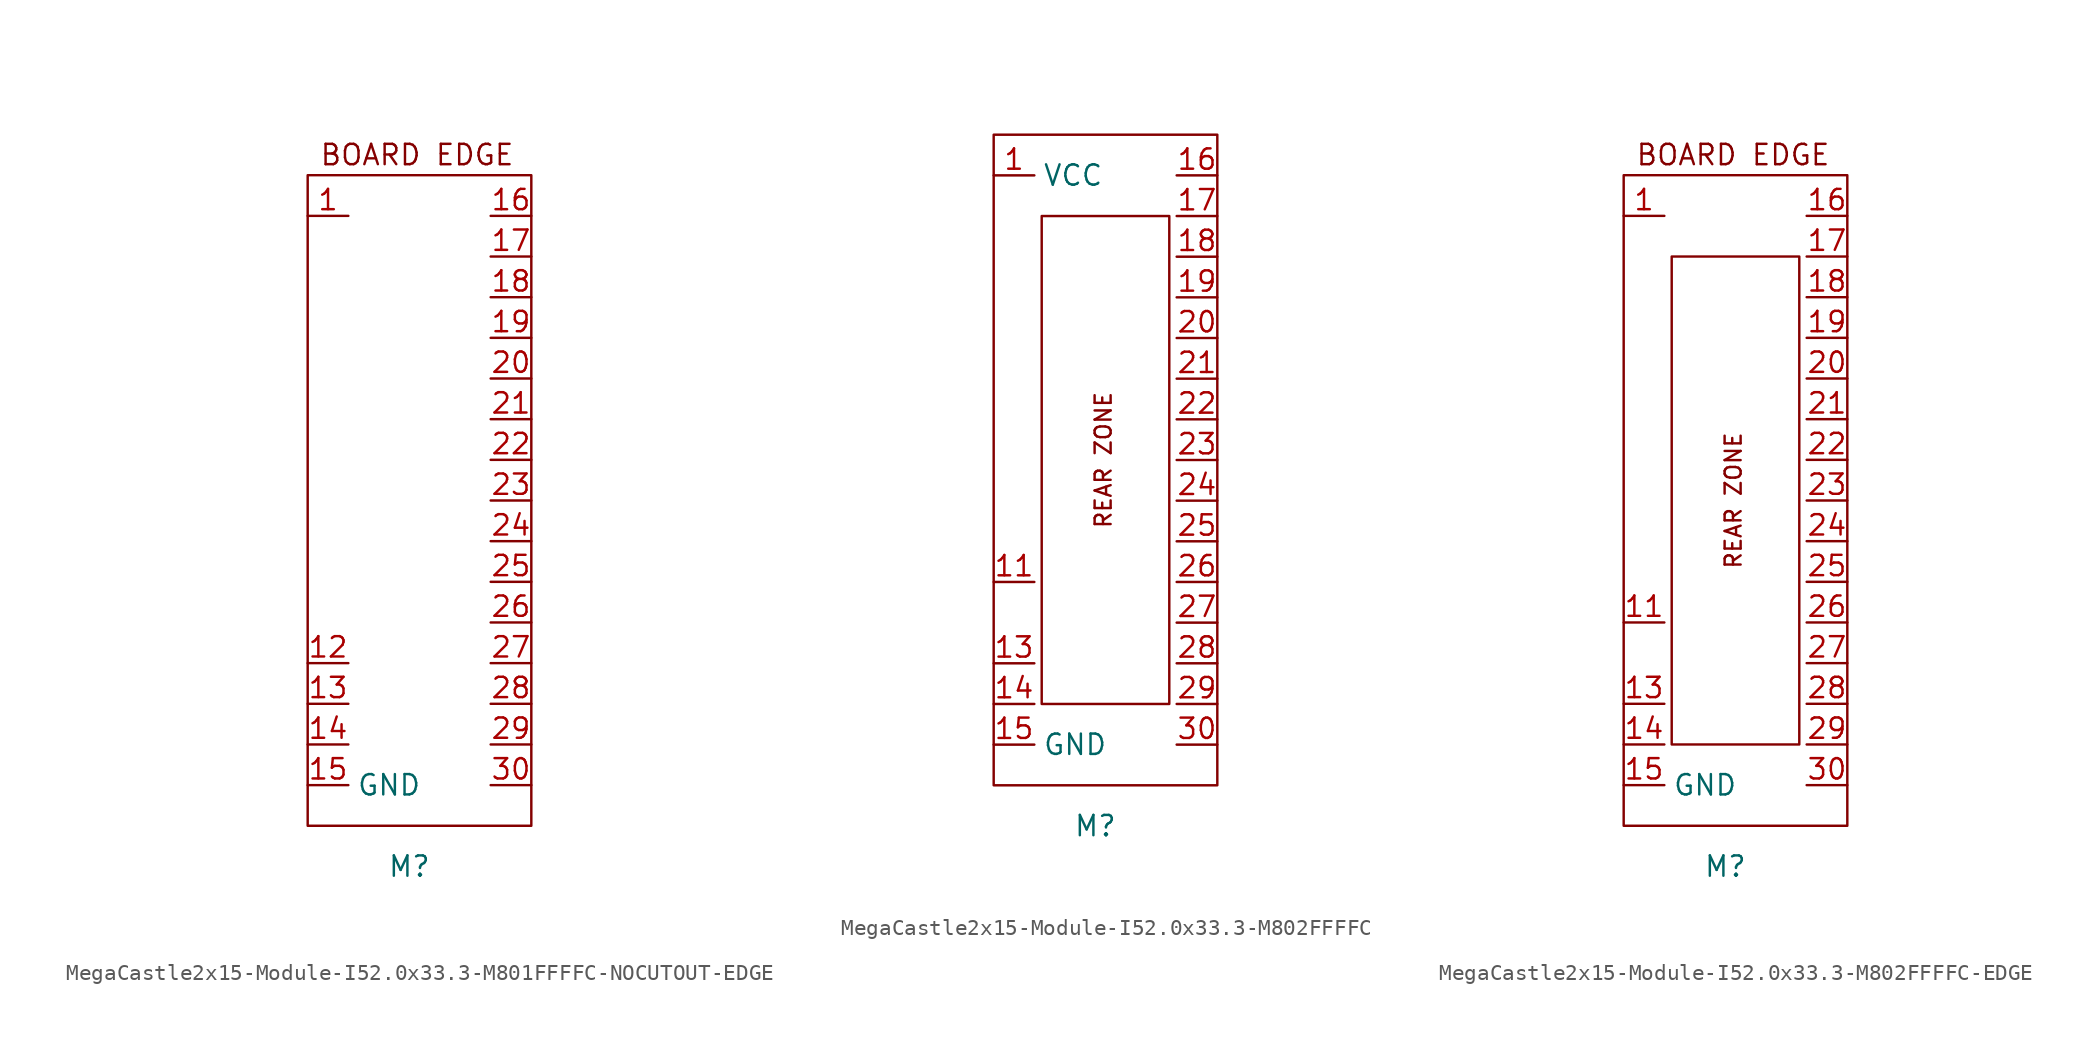
<source format=kicad_sym>
(kicad_symbol_lib
  (version 20231120)
  (generator "kicad_symbol_editor")
  (generator_version "8.0")
  (symbol "MegaCastle2x15-Module-I52.0x33.3-M801FFFFC-NOCUTOUT-EDGE"
    (property "Reference" "M"
      (at 0 -22.86 0)
      (effects (font (size 1.27 1.27))))
    (property "Value" ""
      (at 0 5.08 0)
      (effects (font (size 1.27 1.27))))
    (symbol "MegaCastle2x15-Module-I52.0x33.3-M801FFFFC-NOCUTOUT-EDGE_0_1"
      (rectangle (start -6.35 20.32) (end 7.62 -20.32) (stroke (width 0) (type default)) (fill (type none))))
    (symbol "MegaCastle2x15-Module-I52.0x33.3-M801FFFFC-NOCUTOUT-EDGE_1_1"
      (text " BOARD EDGE" (at 0 21.59 0) (effects (font (size 1.27 1.27))))
      (pin bidirectional line (at -6.35 17.78 0) (length 2.54) (name "" (effects (font (size 1.27 1.27)))) (number "1" (effects (font (size 1.27 1.27)))))
      (pin bidirectional line (at -6.35 -10.16 0) (length 2.54) (name "" (effects (font (size 1.27 1.27)))) (number "12" (effects (font (size 1.27 1.27)))))
      (pin bidirectional line (at -6.35 -12.7 0) (length 2.54) (name "" (effects (font (size 1.27 1.27)))) (number "13" (effects (font (size 1.27 1.27)))))
      (pin bidirectional line (at -6.35 -15.24 0) (length 2.54) (name "" (effects (font (size 1.27 1.27)))) (number "14" (effects (font (size 1.27 1.27)))))
      (pin bidirectional line (at -6.35 -17.78 0) (length 2.54) (name "GND" (effects (font (size 1.27 1.27)))) (number "15" (effects (font (size 1.27 1.27)))))
      (pin bidirectional line (at 7.62 17.78 180) (length 2.54) (name "" (effects (font (size 1.27 1.27)))) (number "16" (effects (font (size 1.27 1.27)))))
      (pin bidirectional line (at 7.62 15.24 180) (length 2.54) (name "" (effects (font (size 1.27 1.27)))) (number "17" (effects (font (size 1.27 1.27)))))
      (pin bidirectional line (at 7.62 12.7 180) (length 2.54) (name "" (effects (font (size 1.27 1.27)))) (number "18" (effects (font (size 1.27 1.27)))))
      (pin bidirectional line (at 7.62 10.16 180) (length 2.54) (name "" (effects (font (size 1.27 1.27)))) (number "19" (effects (font (size 1.27 1.27)))))
      (pin bidirectional line (at 7.62 7.62 180) (length 2.54) (name "" (effects (font (size 1.27 1.27)))) (number "20" (effects (font (size 1.27 1.27)))))
      (pin bidirectional line (at 7.62 5.08 180) (length 2.54) (name "" (effects (font (size 1.27 1.27)))) (number "21" (effects (font (size 1.27 1.27)))))
      (pin bidirectional line (at 7.62 2.54 180) (length 2.54) (name "" (effects (font (size 1.27 1.27)))) (number "22" (effects (font (size 1.27 1.27)))))
      (pin bidirectional line (at 7.62 0 180) (length 2.54) (name "" (effects (font (size 1.27 1.27)))) (number "23" (effects (font (size 1.27 1.27)))))
      (pin bidirectional line (at 7.62 -2.54 180) (length 2.54) (name "" (effects (font (size 1.27 1.27)))) (number "24" (effects (font (size 1.27 1.27)))))
      (pin bidirectional line (at 7.62 -5.08 180) (length 2.54) (name "" (effects (font (size 1.27 1.27)))) (number "25" (effects (font (size 1.27 1.27)))))
      (pin bidirectional line (at 7.62 -7.62 180) (length 2.54) (name "" (effects (font (size 1.27 1.27)))) (number "26" (effects (font (size 1.27 1.27)))))
      (pin bidirectional line (at 7.62 -10.16 180) (length 2.54) (name "" (effects (font (size 1.27 1.27)))) (number "27" (effects (font (size 1.27 1.27)))))
      (pin bidirectional line (at 7.62 -12.7 180) (length 2.54) (name "" (effects (font (size 1.27 1.27)))) (number "28" (effects (font (size 1.27 1.27)))))
      (pin bidirectional line (at 7.62 -15.24 180) (length 2.54) (name "" (effects (font (size 1.27 1.27)))) (number "29" (effects (font (size 1.27 1.27)))))
      (pin bidirectional line (at 7.62 -17.78 180) (length 2.54) (name "" (effects (font (size 1.27 1.27)))) (number "30" (effects (font (size 1.27 1.27)))))))
  (symbol "MegaCastle2x15-Module-I52.0x33.3-M802FFFFC"
    (property "Reference" "M"
      (at 0 -22.86 0)
      (effects (font (size 1.27 1.27))))
    (property "Value" ""
      (at 0 5.08 0)
      (effects (font (size 1.27 1.27))))
    (symbol "MegaCastle2x15-Module-I52.0x33.3-M802FFFFC_0_1"
      (rectangle (start -6.35 20.32) (end 7.62 -20.32) (stroke (width 0) (type default)) (fill (type none)))
      (rectangle (start -3.35 15.24) (end 4.62 -15.24) (stroke (width 0) (type default)) (fill (type none))))
    (symbol "MegaCastle2x15-Module-I52.0x33.3-M802FFFFC_1_1"
      (text "REAR ZONE" (at 0.5 0 900) (effects (font (size 1 1))))
      (pin bidirectional line (at -6.35 17.78 0) (length 2.54) (name "VCC" (effects (font (size 1.27 1.27)))) (number "1" (effects (font (size 1.27 1.27)))))
      (pin bidirectional line (at -6.35 -7.62 0) (length 2.54) (name "" (effects (font (size 1.27 1.27)))) (number "11" (effects (font (size 1.27 1.27)))))
      (pin bidirectional line (at -6.35 -12.7 0) (length 2.54) (name "" (effects (font (size 1.27 1.27)))) (number "13" (effects (font (size 1.27 1.27)))))
      (pin bidirectional line (at -6.35 -15.24 0) (length 2.54) (name "" (effects (font (size 1.27 1.27)))) (number "14" (effects (font (size 1.27 1.27)))))
      (pin bidirectional line (at -6.35 -17.78 0) (length 2.54) (name "GND" (effects (font (size 1.27 1.27)))) (number "15" (effects (font (size 1.27 1.27)))))
      (pin bidirectional line (at 7.62 17.78 180) (length 2.54) (name "" (effects (font (size 1.27 1.27)))) (number "16" (effects (font (size 1.27 1.27)))))
      (pin bidirectional line (at 7.62 15.24 180) (length 2.54) (name "" (effects (font (size 1.27 1.27)))) (number "17" (effects (font (size 1.27 1.27)))))
      (pin bidirectional line (at 7.62 12.7 180) (length 2.54) (name "" (effects (font (size 1.27 1.27)))) (number "18" (effects (font (size 1.27 1.27)))))
      (pin bidirectional line (at 7.62 10.16 180) (length 2.54) (name "" (effects (font (size 1.27 1.27)))) (number "19" (effects (font (size 1.27 1.27)))))
      (pin bidirectional line (at 7.62 7.62 180) (length 2.54) (name "" (effects (font (size 1.27 1.27)))) (number "20" (effects (font (size 1.27 1.27)))))
      (pin bidirectional line (at 7.62 5.08 180) (length 2.54) (name "" (effects (font (size 1.27 1.27)))) (number "21" (effects (font (size 1.27 1.27)))))
      (pin bidirectional line (at 7.62 2.54 180) (length 2.54) (name "" (effects (font (size 1.27 1.27)))) (number "22" (effects (font (size 1.27 1.27)))))
      (pin bidirectional line (at 7.62 0 180) (length 2.54) (name "" (effects (font (size 1.27 1.27)))) (number "23" (effects (font (size 1.27 1.27)))))
      (pin bidirectional line (at 7.62 -2.54 180) (length 2.54) (name "" (effects (font (size 1.27 1.27)))) (number "24" (effects (font (size 1.27 1.27)))))
      (pin bidirectional line (at 7.62 -5.08 180) (length 2.54) (name "" (effects (font (size 1.27 1.27)))) (number "25" (effects (font (size 1.27 1.27)))))
      (pin bidirectional line (at 7.62 -7.62 180) (length 2.54) (name "" (effects (font (size 1.27 1.27)))) (number "26" (effects (font (size 1.27 1.27)))))
      (pin bidirectional line (at 7.62 -10.16 180) (length 2.54) (name "" (effects (font (size 1.27 1.27)))) (number "27" (effects (font (size 1.27 1.27)))))
      (pin bidirectional line (at 7.62 -12.7 180) (length 2.54) (name "" (effects (font (size 1.27 1.27)))) (number "28" (effects (font (size 1.27 1.27)))))
      (pin bidirectional line (at 7.62 -15.24 180) (length 2.54) (name "" (effects (font (size 1.27 1.27)))) (number "29" (effects (font (size 1.27 1.27)))))
      (pin bidirectional line (at 7.62 -17.78 180) (length 2.54) (name "" (effects (font (size 1.27 1.27)))) (number "30" (effects (font (size 1.27 1.27)))))))
  (symbol "MegaCastle2x15-Module-I52.0x33.3-M802FFFFC-EDGE"
    (property "Reference" "M"
      (at 0 -22.86 0)
      (effects (font (size 1.27 1.27))))
    (property "Value" ""
      (at 0 5.08 0)
      (effects (font (size 1.27 1.27))))
    (symbol "MegaCastle2x15-Module-I52.0x33.3-M802FFFFC-EDGE_0_1"
      (rectangle (start -6.35 20.32) (end 7.62 -20.32) (stroke (width 0) (type default)) (fill (type none)))
      (rectangle (start -3.35 15.24) (end 4.62 -15.24) (stroke (width 0) (type default)) (fill (type none))))
    (symbol "MegaCastle2x15-Module-I52.0x33.3-M802FFFFC-EDGE_1_1"
      (text " BOARD EDGE" (at 0 21.59 0) (effects (font (size 1.27 1.27))))
      (text "REAR ZONE" (at 0.5 0 900) (effects (font (size 1 1))))
      (pin bidirectional line (at -6.35 17.78 0) (length 2.54) (name "" (effects (font (size 1.27 1.27)))) (number "1" (effects (font (size 1.27 1.27)))))
      (pin bidirectional line (at -6.35 -7.62 0) (length 2.54) (name "" (effects (font (size 1.27 1.27)))) (number "11" (effects (font (size 1.27 1.27)))))
      (pin bidirectional line (at -6.35 -12.7 0) (length 2.54) (name "" (effects (font (size 1.27 1.27)))) (number "13" (effects (font (size 1.27 1.27)))))
      (pin bidirectional line (at -6.35 -15.24 0) (length 2.54) (name "" (effects (font (size 1.27 1.27)))) (number "14" (effects (font (size 1.27 1.27)))))
      (pin bidirectional line (at -6.35 -17.78 0) (length 2.54) (name "GND" (effects (font (size 1.27 1.27)))) (number "15" (effects (font (size 1.27 1.27)))))
      (pin bidirectional line (at 7.62 17.78 180) (length 2.54) (name "" (effects (font (size 1.27 1.27)))) (number "16" (effects (font (size 1.27 1.27)))))
      (pin bidirectional line (at 7.62 15.24 180) (length 2.54) (name "" (effects (font (size 1.27 1.27)))) (number "17" (effects (font (size 1.27 1.27)))))
      (pin bidirectional line (at 7.62 12.7 180) (length 2.54) (name "" (effects (font (size 1.27 1.27)))) (number "18" (effects (font (size 1.27 1.27)))))
      (pin bidirectional line (at 7.62 10.16 180) (length 2.54) (name "" (effects (font (size 1.27 1.27)))) (number "19" (effects (font (size 1.27 1.27)))))
      (pin bidirectional line (at 7.62 7.62 180) (length 2.54) (name "" (effects (font (size 1.27 1.27)))) (number "20" (effects (font (size 1.27 1.27)))))
      (pin bidirectional line (at 7.62 5.08 180) (length 2.54) (name "" (effects (font (size 1.27 1.27)))) (number "21" (effects (font (size 1.27 1.27)))))
      (pin bidirectional line (at 7.62 2.54 180) (length 2.54) (name "" (effects (font (size 1.27 1.27)))) (number "22" (effects (font (size 1.27 1.27)))))
      (pin bidirectional line (at 7.62 0 180) (length 2.54) (name "" (effects (font (size 1.27 1.27)))) (number "23" (effects (font (size 1.27 1.27)))))
      (pin bidirectional line (at 7.62 -2.54 180) (length 2.54) (name "" (effects (font (size 1.27 1.27)))) (number "24" (effects (font (size 1.27 1.27)))))
      (pin bidirectional line (at 7.62 -5.08 180) (length 2.54) (name "" (effects (font (size 1.27 1.27)))) (number "25" (effects (font (size 1.27 1.27)))))
      (pin bidirectional line (at 7.62 -7.62 180) (length 2.54) (name "" (effects (font (size 1.27 1.27)))) (number "26" (effects (font (size 1.27 1.27)))))
      (pin bidirectional line (at 7.62 -10.16 180) (length 2.54) (name "" (effects (font (size 1.27 1.27)))) (number "27" (effects (font (size 1.27 1.27)))))
      (pin bidirectional line (at 7.62 -12.7 180) (length 2.54) (name "" (effects (font (size 1.27 1.27)))) (number "28" (effects (font (size 1.27 1.27)))))
      (pin bidirectional line (at 7.62 -15.24 180) (length 2.54) (name "" (effects (font (size 1.27 1.27)))) (number "29" (effects (font (size 1.27 1.27)))))
      (pin bidirectional line (at 7.62 -17.78 180) (length 2.54) (name "" (effects (font (size 1.27 1.27)))) (number "30" (effects (font (size 1.27 1.27))))))))
</source>
